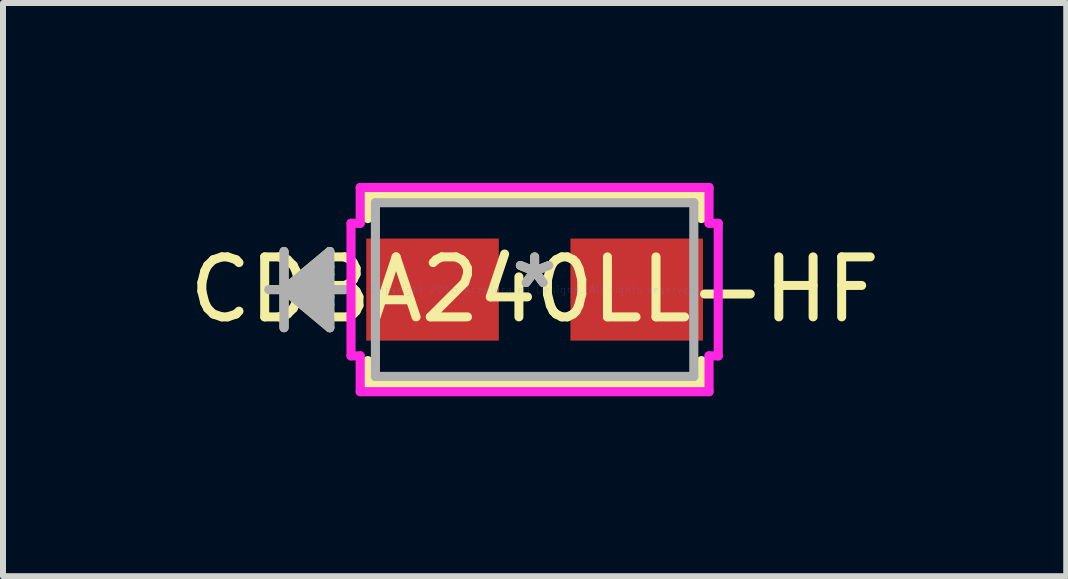
<source format=kicad_pcb>
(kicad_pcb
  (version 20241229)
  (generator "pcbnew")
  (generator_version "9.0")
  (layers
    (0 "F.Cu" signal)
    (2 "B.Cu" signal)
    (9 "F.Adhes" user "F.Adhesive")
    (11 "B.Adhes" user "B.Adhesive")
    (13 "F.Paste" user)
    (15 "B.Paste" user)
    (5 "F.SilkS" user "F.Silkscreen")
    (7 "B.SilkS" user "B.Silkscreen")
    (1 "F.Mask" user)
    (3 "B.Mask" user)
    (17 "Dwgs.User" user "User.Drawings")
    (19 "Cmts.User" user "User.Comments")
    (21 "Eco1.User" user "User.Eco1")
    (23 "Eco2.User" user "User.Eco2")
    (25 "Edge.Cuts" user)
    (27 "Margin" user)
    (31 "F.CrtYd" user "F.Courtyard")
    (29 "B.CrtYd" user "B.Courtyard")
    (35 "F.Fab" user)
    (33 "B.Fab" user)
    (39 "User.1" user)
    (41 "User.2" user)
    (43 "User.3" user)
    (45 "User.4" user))
  (footprint "CDBA240LL-HF"
    (layer "F.Cu")
    (at 5.863 1.778)
    (property "Reference" "CDBA240LL-HF" (at 0 0 0) (layer "F.SilkS") (effects (font (size 1 1) (thickness 0.15))))
    (attr through_hole)
    (fp_line (start -4.178 -0.635) (end -4.178 0.635) (stroke (width 0.152) (type solid)) (layer "F.SilkS"))
    (fp_line (start -4.178 0) (end -3.416 -0.635) (stroke (width 0.152) (type solid)) (layer "F.SilkS"))
    (fp_line (start -4.178 0) (end -3.416 -0.508) (stroke (width 0.152) (type solid)) (layer "F.SilkS"))
    (fp_line (start -4.178 0) (end -3.416 -0.381) (stroke (width 0.152) (type solid)) (layer "F.SilkS"))
    (fp_line (start -4.178 0) (end -3.416 -0.254) (stroke (width 0.152) (type solid)) (layer "F.SilkS"))
    (fp_line (start -4.178 0) (end -3.416 -0.127) (stroke (width 0.152) (type solid)) (layer "F.SilkS"))
    (fp_line (start -4.178 0) (end -3.416 0.127) (stroke (width 0.152) (type solid)) (layer "F.SilkS"))
    (fp_line (start -4.178 0) (end -3.416 0.254) (stroke (width 0.152) (type solid)) (layer "F.SilkS"))
    (fp_line (start -4.178 0) (end -3.416 0.381) (stroke (width 0.152) (type solid)) (layer "F.SilkS"))
    (fp_line (start -4.178 0) (end -3.416 0.508) (stroke (width 0.152) (type solid)) (layer "F.SilkS"))
    (fp_line (start -4.178 0) (end -3.416 0.635) (stroke (width 0.152) (type solid)) (layer "F.SilkS"))
    (fp_line (start -3.416 -0.635) (end -3.416 0.635) (stroke (width 0.152) (type solid)) (layer "F.SilkS"))
    (fp_line (start -3.162 0) (end -4.432 0) (stroke (width 0.152) (type solid)) (layer "F.SilkS"))
    (fp_line (start -2.781 -1.575) (end -2.781 -1.184) (stroke (width 0.152) (type solid)) (layer "F.SilkS"))
    (fp_line (start -2.781 1.184) (end -2.781 1.575) (stroke (width 0.152) (type solid)) (layer "F.SilkS"))
    (fp_line (start -2.781 1.575) (end 2.781 1.575) (stroke (width 0.152) (type solid)) (layer "F.SilkS"))
    (fp_line (start 2.781 -1.575) (end -2.781 -1.575) (stroke (width 0.152) (type solid)) (layer "F.SilkS"))
    (fp_line (start 2.781 -1.184) (end 2.781 -1.575) (stroke (width 0.152) (type solid)) (layer "F.SilkS"))
    (fp_line (start 2.781 1.575) (end 2.781 1.184) (stroke (width 0.152) (type solid)) (layer "F.SilkS"))
    (fp_line (start -3.061 -1.105) (end -2.908 -1.105) (stroke (width 0.152) (type solid)) (layer "F.CrtYd"))
    (fp_line (start -3.061 1.105) (end -3.061 -1.105) (stroke (width 0.152) (type solid)) (layer "F.CrtYd"))
    (fp_line (start -2.908 -1.702) (end 2.908 -1.702) (stroke (width 0.152) (type solid)) (layer "F.CrtYd"))
    (fp_line (start -2.908 -1.105) (end -2.908 -1.702) (stroke (width 0.152) (type solid)) (layer "F.CrtYd"))
    (fp_line (start -2.908 1.105) (end -3.061 1.105) (stroke (width 0.152) (type solid)) (layer "F.CrtYd"))
    (fp_line (start -2.908 1.702) (end -2.908 1.105) (stroke (width 0.152) (type solid)) (layer "F.CrtYd"))
    (fp_line (start 2.908 -1.702) (end 2.908 -1.105) (stroke (width 0.152) (type solid)) (layer "F.CrtYd"))
    (fp_line (start 2.908 -1.105) (end 3.061 -1.105) (stroke (width 0.152) (type solid)) (layer "F.CrtYd"))
    (fp_line (start 2.908 1.105) (end 2.908 1.702) (stroke (width 0.152) (type solid)) (layer "F.CrtYd"))
    (fp_line (start 2.908 1.702) (end -2.908 1.702) (stroke (width 0.152) (type solid)) (layer "F.CrtYd"))
    (fp_line (start 3.061 -1.105) (end 3.061 1.105) (stroke (width 0.152) (type solid)) (layer "F.CrtYd"))
    (fp_line (start 3.061 1.105) (end 2.908 1.105) (stroke (width 0.152) (type solid)) (layer "F.CrtYd"))
    (fp_line (start -4.178 -0.635) (end -4.178 0.635) (stroke (width 0.152) (type solid)) (layer "F.Fab"))
    (fp_line (start -4.178 0) (end -3.416 -0.635) (stroke (width 0.152) (type solid)) (layer "F.Fab"))
    (fp_line (start -4.178 0) (end -3.416 -0.508) (stroke (width 0.152) (type solid)) (layer "F.Fab"))
    (fp_line (start -4.178 0) (end -3.416 -0.381) (stroke (width 0.152) (type solid)) (layer "F.Fab"))
    (fp_line (start -4.178 0) (end -3.416 -0.254) (stroke (width 0.152) (type solid)) (layer "F.Fab"))
    (fp_line (start -4.178 0) (end -3.416 -0.127) (stroke (width 0.152) (type solid)) (layer "F.Fab"))
    (fp_line (start -4.178 0) (end -3.416 0.127) (stroke (width 0.152) (type solid)) (layer "F.Fab"))
    (fp_line (start -4.178 0) (end -3.416 0.254) (stroke (width 0.152) (type solid)) (layer "F.Fab"))
    (fp_line (start -4.178 0) (end -3.416 0.381) (stroke (width 0.152) (type solid)) (layer "F.Fab"))
    (fp_line (start -4.178 0) (end -3.416 0.508) (stroke (width 0.152) (type solid)) (layer "F.Fab"))
    (fp_line (start -4.178 0) (end -3.416 0.635) (stroke (width 0.152) (type solid)) (layer "F.Fab"))
    (fp_line (start -3.416 -0.635) (end -3.416 0.635) (stroke (width 0.152) (type solid)) (layer "F.Fab"))
    (fp_line (start -3.162 0) (end -4.432 0) (stroke (width 0.152) (type solid)) (layer "F.Fab"))
    (fp_line (start -2.654 -1.448) (end -2.654 1.448) (stroke (width 0.152) (type solid)) (layer "F.Fab"))
    (fp_line (start -2.654 1.448) (end 2.654 1.448) (stroke (width 0.152) (type solid)) (layer "F.Fab"))
    (fp_line (start 2.654 -1.448) (end -2.654 -1.448) (stroke (width 0.152) (type solid)) (layer "F.Fab"))
    (fp_line (start 2.654 1.448) (end 2.654 -1.448) (stroke (width 0.152) (type solid)) (layer "F.Fab"))
    (fp_text user "*" (at 0 0 0) (layer "F.SilkS") (effects (font (size 1 1) (thickness 0.15))))
    (fp_text user "Copyright 2016 Accelerated Designs. All rights reserved." (at 0 0 0) (layer "Cmts.User") (effects (font (size 0.127 0.127) (thickness 0.002))))
    (fp_text user "*" (at 0 0 0) (layer "F.Fab") (effects (font (size 1 1) (thickness 0.15))))
    (pad "1" smd rect (at -1.702 0 90) (size 1.702 2.21) (layers "F.Cu" "F.Mask" "F.Paste"))
    (pad "2" smd rect (at 1.702 0 90) (size 1.702 2.21) (layers "F.Cu" "F.Mask" "F.Paste")))
  (gr_rect
    (start -3 -3)
    (end 14.726 6.556)
    (stroke (width 0.1) (type default))
    (fill no)
    (layer "Edge.Cuts")))
</source>
